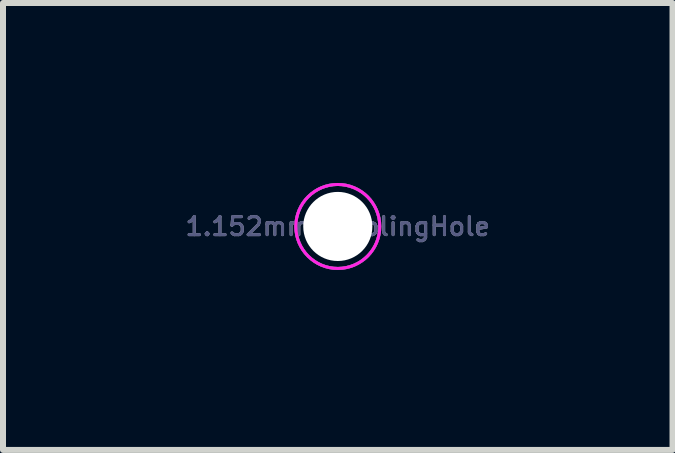
<source format=kicad_pcb>
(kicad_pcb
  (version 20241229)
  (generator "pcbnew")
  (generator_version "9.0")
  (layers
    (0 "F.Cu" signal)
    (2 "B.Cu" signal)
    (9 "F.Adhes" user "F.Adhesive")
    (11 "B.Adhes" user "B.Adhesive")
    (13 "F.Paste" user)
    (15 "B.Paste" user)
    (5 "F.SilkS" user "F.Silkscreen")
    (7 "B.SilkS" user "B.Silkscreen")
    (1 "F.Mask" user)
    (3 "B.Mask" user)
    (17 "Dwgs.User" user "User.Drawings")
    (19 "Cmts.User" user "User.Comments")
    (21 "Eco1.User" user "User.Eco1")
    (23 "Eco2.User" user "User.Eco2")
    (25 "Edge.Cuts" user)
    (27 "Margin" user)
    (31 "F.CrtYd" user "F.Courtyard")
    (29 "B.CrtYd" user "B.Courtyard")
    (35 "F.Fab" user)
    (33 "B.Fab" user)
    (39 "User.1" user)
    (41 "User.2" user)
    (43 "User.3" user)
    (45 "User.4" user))
  (footprint "1.152mm-ToolingHole"
    (layer "F.Cu")
    (at 2.581 0.725)
    (property "Reference" "1.152mm-ToolingHole" (at 0 0 0) (layer "Eco2.User") (effects (font (size 0.3 0.3) (thickness 0.05))))
    (attr through_hole)
    (fp_circle (center 0 0) (end 0.7 0) (stroke (width 0.05) (type solid)) (fill no) (layer "F.CrtYd"))
    (fp_circle (center 0 0) (end 0.7 0) (stroke (width 0.05) (type solid)) (fill no) (layer "B.Fab"))
    (fp_circle (center 0 0) (end 0.7 0) (stroke (width 0.05) (type solid)) (fill no) (layer "F.Fab"))
    (fp_text user "${REFERENCE}" (at 0 0 0) (layer "B.Fab") (effects (font (size 0.3 0.3) (thickness 0.05))))
    (fp_text user "${REFERENCE}" (at 0 0 0) (layer "F.Fab") (effects (font (size 0.3 0.3) (thickness 0.05))))
    (pad "" np_thru_hole circle (at 0 0) (size 1.152 1.152) (drill 1.152) (layers "*.Cu" "*.Mask"))
    (pad "" smd circle (at 0 0) (size 1.3 1.3) (layers "*.Paste" "*.Mask")))
  (gr_rect
    (start -3 -3)
    (end 8.161 4.45)
    (stroke (width 0.1) (type default))
    (fill no)
    (layer "Edge.Cuts")))
</source>
